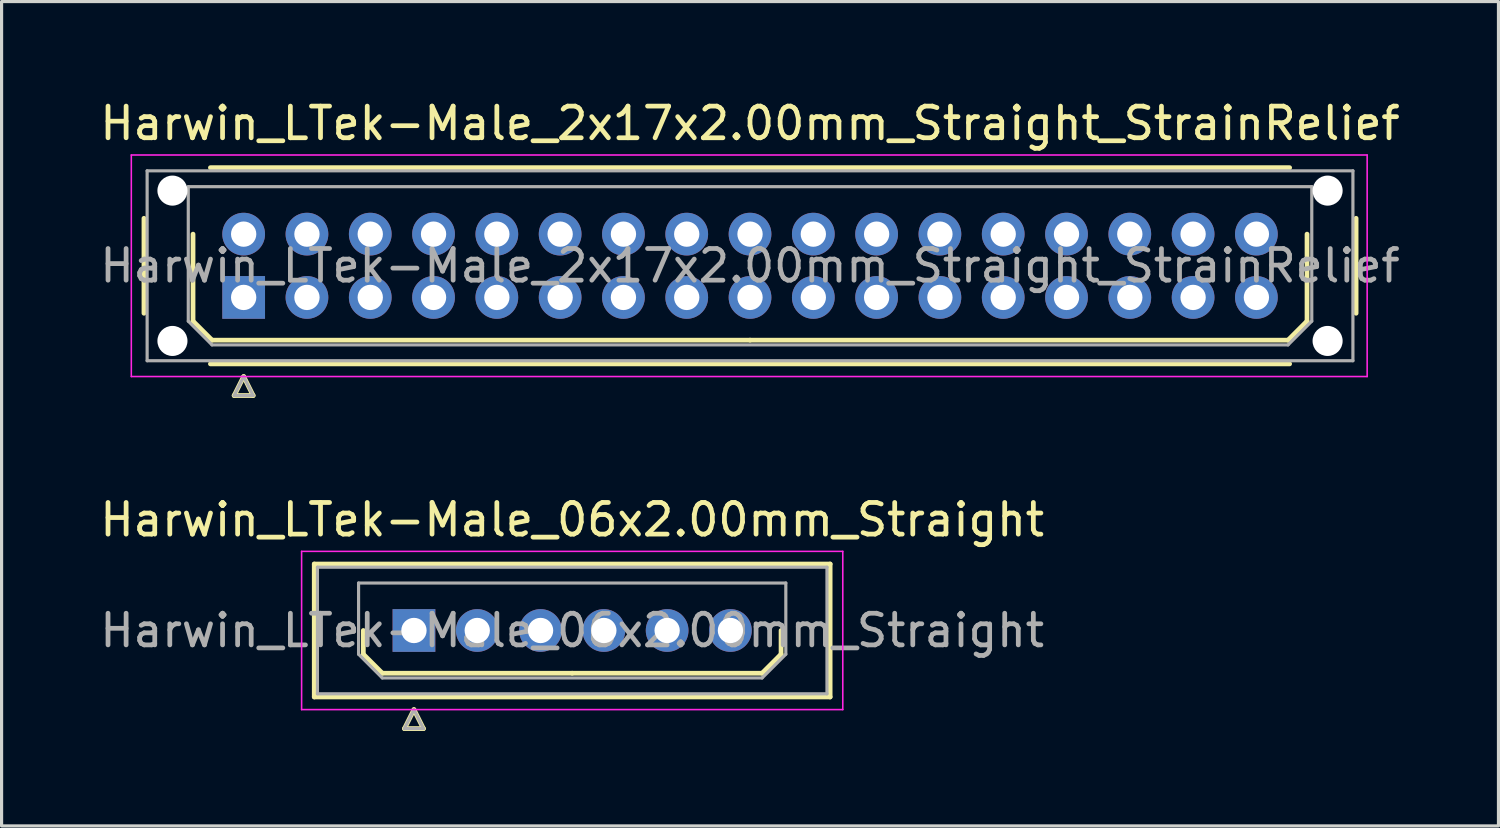
<source format=kicad_pcb>
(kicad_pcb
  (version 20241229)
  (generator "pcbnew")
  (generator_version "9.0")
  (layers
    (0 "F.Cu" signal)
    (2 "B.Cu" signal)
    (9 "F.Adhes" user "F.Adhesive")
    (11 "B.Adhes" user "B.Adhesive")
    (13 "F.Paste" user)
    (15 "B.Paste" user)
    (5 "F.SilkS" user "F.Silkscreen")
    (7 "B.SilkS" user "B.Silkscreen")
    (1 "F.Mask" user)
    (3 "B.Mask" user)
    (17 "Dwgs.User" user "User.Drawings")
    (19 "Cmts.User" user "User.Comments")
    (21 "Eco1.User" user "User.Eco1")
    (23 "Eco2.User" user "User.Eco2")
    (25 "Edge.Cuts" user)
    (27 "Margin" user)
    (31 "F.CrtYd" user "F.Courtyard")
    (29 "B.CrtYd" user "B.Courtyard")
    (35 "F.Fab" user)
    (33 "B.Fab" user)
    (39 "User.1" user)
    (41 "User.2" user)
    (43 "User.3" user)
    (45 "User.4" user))
  (footprint "Harwin_LTek-Male_06x2.00mm_Straight"
    (layer "F.Cu")
    (at 10.03 16.872)
    (property "Reference" "Harwin_LTek-Male_06x2.00mm_Straight" (at 5 -3.5 0) (layer "F.SilkS") (effects (font (size 1 1) (thickness 0.15))))
    (attr through_hole)
    (fp_line (start -3.15 -2.1) (end -3.15 2.1) (stroke (width 0.15) (type solid)) (layer "F.SilkS"))
    (fp_line (start -3.15 2.1) (end 13.15 2.1) (stroke (width 0.15) (type solid)) (layer "F.SilkS"))
    (fp_line (start -1.6 0) (end -1.6 0.75) (stroke (width 0.15) (type solid)) (layer "F.SilkS"))
    (fp_line (start -1.6 0.75) (end -1 1.35) (stroke (width 0.15) (type solid)) (layer "F.SilkS"))
    (fp_line (start -1 1.35) (end 5 1.35) (stroke (width 0.15) (type solid)) (layer "F.SilkS"))
    (fp_line (start -0.3 3.1) (end 0.3 3.1) (stroke (width 0.15) (type solid)) (layer "F.SilkS"))
    (fp_line (start 0 2.5) (end -0.3 3.1) (stroke (width 0.15) (type solid)) (layer "F.SilkS"))
    (fp_line (start 0.3 3.1) (end 0 2.5) (stroke (width 0.15) (type solid)) (layer "F.SilkS"))
    (fp_line (start 11 1.35) (end 5 1.35) (stroke (width 0.15) (type solid)) (layer "F.SilkS"))
    (fp_line (start 11.6 0) (end 11.6 0.75) (stroke (width 0.15) (type solid)) (layer "F.SilkS"))
    (fp_line (start 11.6 0.75) (end 11 1.35) (stroke (width 0.15) (type solid)) (layer "F.SilkS"))
    (fp_line (start 13.15 -2.1) (end -3.15 -2.1) (stroke (width 0.15) (type solid)) (layer "F.SilkS"))
    (fp_line (start 13.15 2.1) (end 13.15 -2.1) (stroke (width 0.15) (type solid)) (layer "F.SilkS"))
    (fp_line (start -3.55 -2.5) (end -3.55 2.5) (stroke (width 0.05) (type solid)) (layer "F.CrtYd"))
    (fp_line (start -3.55 2.5) (end 13.55 2.5) (stroke (width 0.05) (type solid)) (layer "F.CrtYd"))
    (fp_line (start 13.55 -2.5) (end -3.55 -2.5) (stroke (width 0.05) (type solid)) (layer "F.CrtYd"))
    (fp_line (start 13.55 2.5) (end 13.55 -2.5) (stroke (width 0.05) (type solid)) (layer "F.CrtYd"))
    (fp_line (start -3.05 -2) (end -3.05 2) (stroke (width 0.1) (type solid)) (layer "F.Fab"))
    (fp_line (start -3.05 2) (end 13.05 2) (stroke (width 0.1) (type solid)) (layer "F.Fab"))
    (fp_line (start -1.75 -1.5) (end 11.75 -1.5) (stroke (width 0.1) (type solid)) (layer "F.Fab"))
    (fp_line (start -1.75 0.75) (end -1.75 -1.5) (stroke (width 0.1) (type solid)) (layer "F.Fab"))
    (fp_line (start -1 1.5) (end -1.75 0.75) (stroke (width 0.1) (type solid)) (layer "F.Fab"))
    (fp_line (start -0.3 3.1) (end 0.3 3.1) (stroke (width 0.1) (type solid)) (layer "F.Fab"))
    (fp_line (start 0 2.5) (end -0.3 3.1) (stroke (width 0.1) (type solid)) (layer "F.Fab"))
    (fp_line (start 0.3 3.1) (end 0 2.5) (stroke (width 0.1) (type solid)) (layer "F.Fab"))
    (fp_line (start 11 1.5) (end -1 1.5) (stroke (width 0.1) (type solid)) (layer "F.Fab"))
    (fp_line (start 11.75 -1.5) (end 11.75 0.75) (stroke (width 0.1) (type solid)) (layer "F.Fab"))
    (fp_line (start 11.75 0.75) (end 11 1.5) (stroke (width 0.1) (type solid)) (layer "F.Fab"))
    (fp_line (start 13.05 -2) (end -3.05 -2) (stroke (width 0.1) (type solid)) (layer "F.Fab"))
    (fp_line (start 13.05 2) (end 13.05 -2) (stroke (width 0.1) (type solid)) (layer "F.Fab"))
    (fp_text user "${REFERENCE}" (at 5 0 0) (layer "F.Fab") (effects (font (size 1 1) (thickness 0.15))))
    (pad "1" thru_hole rect (at 0 0) (size 1.35 1.35) (drill 0.8) (layers "*.Cu" "*.Mask"))
    (pad "2" thru_hole circle (at 2 0) (size 1.35 1.35) (drill 0.8) (layers "*.Cu" "*.Mask"))
    (pad "3" thru_hole circle (at 4 0) (size 1.35 1.35) (drill 0.8) (layers "*.Cu" "*.Mask"))
    (pad "4" thru_hole circle (at 6 0) (size 1.35 1.35) (drill 0.8) (layers "*.Cu" "*.Mask"))
    (pad "5" thru_hole circle (at 8 0) (size 1.35 1.35) (drill 0.8) (layers "*.Cu" "*.Mask"))
    (pad "6" thru_hole circle (at 10 0) (size 1.35 1.35) (drill 0.8) (layers "*.Cu" "*.Mask")))
  (footprint "Harwin_LTek-Male_2x17x2.00mm_Straight_StrainRelief"
    (layer "F.Cu")
    (at 4.649 6.348)
    (property "Reference" "Harwin_LTek-Male_2x17x2.00mm_Straight_StrainRelief" (at 16 -5.5 0) (layer "F.SilkS") (effects (font (size 1 1) (thickness 0.15))))
    (attr through_hole)
    (fp_line (start -3.15 -2.5) (end -3.15 0.5) (stroke (width 0.15) (type solid)) (layer "F.SilkS"))
    (fp_line (start -1.6 -2) (end -1.6 0.75) (stroke (width 0.15) (type solid)) (layer "F.SilkS"))
    (fp_line (start -1.6 0.75) (end -1 1.35) (stroke (width 0.15) (type solid)) (layer "F.SilkS"))
    (fp_line (start -1.05 -4.1) (end 33.05 -4.1) (stroke (width 0.15) (type solid)) (layer "F.SilkS"))
    (fp_line (start -1.05 2.1) (end 33.05 2.1) (stroke (width 0.15) (type solid)) (layer "F.SilkS"))
    (fp_line (start -1 1.35) (end 16 1.35) (stroke (width 0.15) (type solid)) (layer "F.SilkS"))
    (fp_line (start -0.3 3.1) (end 0.3 3.1) (stroke (width 0.15) (type solid)) (layer "F.SilkS"))
    (fp_line (start 0 2.5) (end -0.3 3.1) (stroke (width 0.15) (type solid)) (layer "F.SilkS"))
    (fp_line (start 0.3 3.1) (end 0 2.5) (stroke (width 0.15) (type solid)) (layer "F.SilkS"))
    (fp_line (start 33 1.35) (end 16 1.35) (stroke (width 0.15) (type solid)) (layer "F.SilkS"))
    (fp_line (start 33.6 -2) (end 33.6 0.75) (stroke (width 0.15) (type solid)) (layer "F.SilkS"))
    (fp_line (start 33.6 0.75) (end 33 1.35) (stroke (width 0.15) (type solid)) (layer "F.SilkS"))
    (fp_line (start 35.15 -2.5) (end 35.15 0.5) (stroke (width 0.15) (type solid)) (layer "F.SilkS"))
    (fp_line (start -3.55 -4.5) (end -3.55 2.5) (stroke (width 0.05) (type solid)) (layer "F.CrtYd"))
    (fp_line (start -3.55 2.5) (end 35.5 2.5) (stroke (width 0.05) (type solid)) (layer "F.CrtYd"))
    (fp_line (start 35.5 -4.5) (end -3.55 -4.5) (stroke (width 0.05) (type solid)) (layer "F.CrtYd"))
    (fp_line (start 35.5 2.5) (end 35.5 -4.5) (stroke (width 0.05) (type solid)) (layer "F.CrtYd"))
    (fp_line (start -3.05 -4) (end -3.05 2) (stroke (width 0.1) (type solid)) (layer "F.Fab"))
    (fp_line (start -3.05 2) (end 35.05 2) (stroke (width 0.1) (type solid)) (layer "F.Fab"))
    (fp_line (start -1.75 -3.5) (end 33.75 -3.5) (stroke (width 0.1) (type solid)) (layer "F.Fab"))
    (fp_line (start -1.75 0.75) (end -1.75 -3.5) (stroke (width 0.1) (type solid)) (layer "F.Fab"))
    (fp_line (start -1 1.5) (end -1.75 0.75) (stroke (width 0.1) (type solid)) (layer "F.Fab"))
    (fp_line (start -0.3 3.1) (end 0.3 3.1) (stroke (width 0.1) (type solid)) (layer "F.Fab"))
    (fp_line (start 0 2.5) (end -0.3 3.1) (stroke (width 0.1) (type solid)) (layer "F.Fab"))
    (fp_line (start 0.3 3.1) (end 0 2.5) (stroke (width 0.1) (type solid)) (layer "F.Fab"))
    (fp_line (start 33 1.5) (end -1 1.5) (stroke (width 0.1) (type solid)) (layer "F.Fab"))
    (fp_line (start 33.75 -3.5) (end 33.75 0.75) (stroke (width 0.1) (type solid)) (layer "F.Fab"))
    (fp_line (start 33.75 0.75) (end 33 1.5) (stroke (width 0.1) (type solid)) (layer "F.Fab"))
    (fp_line (start 35.05 -4) (end -3.05 -4) (stroke (width 0.1) (type solid)) (layer "F.Fab"))
    (fp_line (start 35.05 2) (end 35.05 -4) (stroke (width 0.1) (type solid)) (layer "F.Fab"))
    (fp_text user "${REFERENCE}" (at 16 -1 0) (layer "F.Fab") (effects (font (size 1 1) (thickness 0.15))))
    (pad "" np_thru_hole circle (at -2.25 -3.375) (size 0.95 0.95) (drill 0.95) (layers "*.Cu" "*.Mask"))
    (pad "" np_thru_hole circle (at -2.25 1.375) (size 0.95 0.95) (drill 0.95) (layers "*.Cu" "*.Mask"))
    (pad "" np_thru_hole circle (at 34.25 -3.375) (size 0.95 0.95) (drill 0.95) (layers "*.Cu" "*.Mask"))
    (pad "" np_thru_hole circle (at 34.25 1.375) (size 0.95 0.95) (drill 0.95) (layers "*.Cu" "*.Mask"))
    (pad "1" thru_hole rect (at 0 0) (size 1.35 1.35) (drill 0.8) (layers "*.Cu" "*.Mask"))
    (pad "2" thru_hole circle (at 2 0) (size 1.35 1.35) (drill 0.8) (layers "*.Cu" "*.Mask"))
    (pad "3" thru_hole circle (at 4 0) (size 1.35 1.35) (drill 0.8) (layers "*.Cu" "*.Mask"))
    (pad "4" thru_hole circle (at 6 0) (size 1.35 1.35) (drill 0.8) (layers "*.Cu" "*.Mask"))
    (pad "5" thru_hole circle (at 8 0) (size 1.35 1.35) (drill 0.8) (layers "*.Cu" "*.Mask"))
    (pad "6" thru_hole circle (at 10 0) (size 1.35 1.35) (drill 0.8) (layers "*.Cu" "*.Mask"))
    (pad "7" thru_hole circle (at 12 0) (size 1.35 1.35) (drill 0.8) (layers "*.Cu" "*.Mask"))
    (pad "8" thru_hole circle (at 14 0) (size 1.35 1.35) (drill 0.8) (layers "*.Cu" "*.Mask"))
    (pad "9" thru_hole circle (at 16 0) (size 1.35 1.35) (drill 0.8) (layers "*.Cu" "*.Mask"))
    (pad "10" thru_hole circle (at 18 0) (size 1.35 1.35) (drill 0.8) (layers "*.Cu" "*.Mask"))
    (pad "11" thru_hole circle (at 20 0) (size 1.35 1.35) (drill 0.8) (layers "*.Cu" "*.Mask"))
    (pad "12" thru_hole circle (at 22 0) (size 1.35 1.35) (drill 0.8) (layers "*.Cu" "*.Mask"))
    (pad "13" thru_hole circle (at 24 0) (size 1.35 1.35) (drill 0.8) (layers "*.Cu" "*.Mask"))
    (pad "14" thru_hole circle (at 26 0) (size 1.35 1.35) (drill 0.8) (layers "*.Cu" "*.Mask"))
    (pad "15" thru_hole circle (at 28 0) (size 1.35 1.35) (drill 0.8) (layers "*.Cu" "*.Mask"))
    (pad "16" thru_hole circle (at 30 0) (size 1.35 1.35) (drill 0.8) (layers "*.Cu" "*.Mask"))
    (pad "17" thru_hole circle (at 32 0) (size 1.35 1.35) (drill 0.8) (layers "*.Cu" "*.Mask"))
    (pad "18" thru_hole circle (at 0 -2) (size 1.35 1.35) (drill 0.8) (layers "*.Cu" "*.Mask"))
    (pad "19" thru_hole circle (at 2 -2) (size 1.35 1.35) (drill 0.8) (layers "*.Cu" "*.Mask"))
    (pad "20" thru_hole circle (at 4 -2) (size 1.35 1.35) (drill 0.8) (layers "*.Cu" "*.Mask"))
    (pad "21" thru_hole circle (at 6 -2) (size 1.35 1.35) (drill 0.8) (layers "*.Cu" "*.Mask"))
    (pad "22" thru_hole circle (at 8 -2) (size 1.35 1.35) (drill 0.8) (layers "*.Cu" "*.Mask"))
    (pad "23" thru_hole circle (at 10 -2) (size 1.35 1.35) (drill 0.8) (layers "*.Cu" "*.Mask"))
    (pad "24" thru_hole circle (at 12 -2) (size 1.35 1.35) (drill 0.8) (layers "*.Cu" "*.Mask"))
    (pad "25" thru_hole circle (at 14 -2) (size 1.35 1.35) (drill 0.8) (layers "*.Cu" "*.Mask"))
    (pad "26" thru_hole circle (at 16 -2) (size 1.35 1.35) (drill 0.8) (layers "*.Cu" "*.Mask"))
    (pad "27" thru_hole circle (at 18 -2) (size 1.35 1.35) (drill 0.8) (layers "*.Cu" "*.Mask"))
    (pad "28" thru_hole circle (at 20 -2) (size 1.35 1.35) (drill 0.8) (layers "*.Cu" "*.Mask"))
    (pad "29" thru_hole circle (at 22 -2) (size 1.35 1.35) (drill 0.8) (layers "*.Cu" "*.Mask"))
    (pad "30" thru_hole circle (at 24 -2) (size 1.35 1.35) (drill 0.8) (layers "*.Cu" "*.Mask"))
    (pad "31" thru_hole circle (at 26 -2) (size 1.35 1.35) (drill 0.8) (layers "*.Cu" "*.Mask"))
    (pad "32" thru_hole circle (at 28 -2) (size 1.35 1.35) (drill 0.8) (layers "*.Cu" "*.Mask"))
    (pad "33" thru_hole circle (at 30 -2) (size 1.35 1.35) (drill 0.8) (layers "*.Cu" "*.Mask"))
    (pad "34" thru_hole circle (at 32 -2) (size 1.35 1.35) (drill 0.8) (layers "*.Cu" "*.Mask")))
  (gr_rect
    (start -3 -3)
    (end 44.298 23.047)
    (stroke (width 0.1) (type default))
    (fill no)
    (layer "Edge.Cuts")))
</source>
